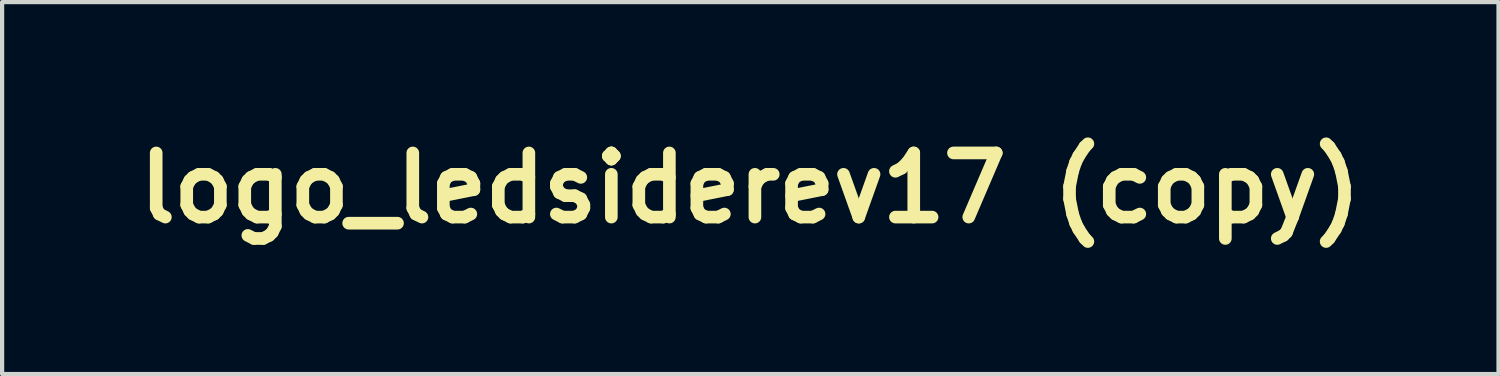
<source format=kicad_pcb>
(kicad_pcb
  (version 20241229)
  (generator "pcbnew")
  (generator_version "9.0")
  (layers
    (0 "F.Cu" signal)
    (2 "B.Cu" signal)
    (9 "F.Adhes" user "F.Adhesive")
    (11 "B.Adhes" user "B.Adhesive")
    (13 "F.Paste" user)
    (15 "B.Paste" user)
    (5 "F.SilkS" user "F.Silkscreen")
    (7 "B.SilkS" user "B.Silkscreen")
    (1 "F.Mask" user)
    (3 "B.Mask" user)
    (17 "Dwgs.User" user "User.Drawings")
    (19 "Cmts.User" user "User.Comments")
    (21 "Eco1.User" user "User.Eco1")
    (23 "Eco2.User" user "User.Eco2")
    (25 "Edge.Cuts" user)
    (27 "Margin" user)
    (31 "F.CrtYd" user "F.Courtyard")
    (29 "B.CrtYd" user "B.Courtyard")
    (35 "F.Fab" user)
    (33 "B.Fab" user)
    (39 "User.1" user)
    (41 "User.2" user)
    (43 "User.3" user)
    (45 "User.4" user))
  (footprint "logo_ledsiderev17 (copy)"
    (layer "F.Cu")
    (at 14.776 1.418)
    (property "Reference" "logo_ledsiderev17 (copy)" (at 0 0 0) (layer "F.SilkS") (effects (font (size 1.524 1.524) (thickness 0.3))))
    (attr through_hole)
    (fp_poly (pts (xy -3.45 -0.699) (xy -3.725 -0.699) (xy -3.725 -1.016) (xy -3.45 -1.016) (xy -3.45 -0.699)) (stroke (width 0.01) (type solid)) (fill yes) (layer "F.Mask"))
    (fp_poly (pts (xy -3.45 0.953) (xy -3.725 0.953) (xy -3.725 -0.466) (xy -3.45 -0.466) (xy -3.45 0.953)) (stroke (width 0.01) (type solid)) (fill yes) (layer "F.Mask"))
    (fp_poly (pts (xy 8.557 -0.864) (xy 8.686 -0.853) (xy 8.781 -0.833) (xy 8.849 -0.799) (xy 8.898 -0.749) (xy 8.924 -0.705) (xy 8.935 -0.681) (xy 8.943 -0.653) (xy 8.95 -0.616) (xy 8.955 -0.566) (xy 8.96 -0.498) (xy 8.963 -0.408) (xy 8.966 -0.291) (xy 8.968 -0.144) (xy 8.97 0.039) (xy 8.971 0.164) (xy 8.978 0.953) (xy 8.657 0.953) (xy 8.657 0.237) (xy 8.657 0.034) (xy 8.656 -0.13) (xy 8.654 -0.259) (xy 8.651 -0.358) (xy 8.647 -0.429) (xy 8.641 -0.478) (xy 8.634 -0.507) (xy 8.629 -0.518) (xy 8.589 -0.546) (xy 8.517 -0.563) (xy 8.48 -0.567) (xy 8.361 -0.577) (xy 8.361 -0.873) (xy 8.557 -0.864)) (stroke (width 0.01) (type solid)) (fill yes) (layer "F.Mask"))
    (fp_poly (pts (xy -10.601 -0.217) (xy -10.599 -0.026) (xy -10.596 0.128) (xy -10.593 0.249) (xy -10.587 0.342) (xy -10.579 0.412) (xy -10.568 0.463) (xy -10.552 0.5) (xy -10.531 0.528) (xy -10.505 0.551) (xy -10.472 0.575) (xy -10.448 0.592) (xy -10.421 0.604) (xy -10.387 0.613) (xy -10.339 0.62) (xy -10.271 0.624) (xy -10.177 0.627) (xy -10.051 0.63) (xy -9.954 0.631) (xy -9.504 0.638) (xy -9.504 0.953) (xy -9.911 0.95) (xy -10.046 0.948) (xy -10.172 0.945) (xy -10.282 0.941) (xy -10.366 0.936) (xy -10.416 0.931) (xy -10.511 0.906) (xy -10.613 0.864) (xy -10.702 0.814) (xy -10.739 0.786) (xy -10.771 0.748) (xy -10.81 0.688) (xy -10.834 0.646) (xy -10.89 0.54) (xy -10.897 -0.164) (xy -10.903 -0.868) (xy -10.608 -0.868) (xy -10.601 -0.217)) (stroke (width 0.01) (type solid)) (fill yes) (layer "F.Mask"))
    (fp_poly (pts (xy 9.996 -0.864) (xy 10.182 -0.862) (xy 10.33 -0.86) (xy 10.446 -0.857) (xy 10.534 -0.854) (xy 10.599 -0.85) (xy 10.646 -0.844) (xy 10.681 -0.836) (xy 10.707 -0.827) (xy 10.73 -0.815) (xy 10.731 -0.814) (xy 10.822 -0.741) (xy 10.878 -0.649) (xy 10.9 -0.533) (xy 10.901 -0.504) (xy 10.899 -0.451) (xy 10.892 -0.401) (xy 10.877 -0.349) (xy 10.853 -0.29) (xy 10.816 -0.222) (xy 10.765 -0.139) (xy 10.697 -0.038) (xy 10.61 0.085) (xy 10.502 0.234) (xy 10.386 0.392) (xy 9.979 0.942) (xy 9.782 0.948) (xy 9.584 0.954) (xy 9.627 0.895) (xy 9.649 0.865) (xy 9.694 0.804) (xy 9.757 0.719) (xy 9.836 0.612) (xy 9.927 0.489) (xy 10.027 0.354) (xy 10.116 0.233) (xy 10.235 0.072) (xy 10.331 -0.059) (xy 10.407 -0.164) (xy 10.464 -0.245) (xy 10.505 -0.308) (xy 10.532 -0.355) (xy 10.548 -0.39) (xy 10.556 -0.418) (xy 10.557 -0.44) (xy 10.557 -0.444) (xy 10.553 -0.48) (xy 10.542 -0.508) (xy 10.521 -0.529) (xy 10.486 -0.546) (xy 10.431 -0.557) (xy 10.352 -0.564) (xy 10.245 -0.569) (xy 10.105 -0.571) (xy 9.929 -0.571) (xy 9.89 -0.571) (xy 9.335 -0.572) (xy 9.335 -0.87) (xy 9.996 -0.864)) (stroke (width 0.01) (type solid)) (fill yes) (layer "F.Mask"))
    (fp_poly (pts (xy 7.278 -0.866) (xy 7.336 -0.861) (xy 7.365 -0.854) (xy 7.366 -0.852) (xy 7.358 -0.83) (xy 7.337 -0.773) (xy 7.303 -0.684) (xy 7.258 -0.569) (xy 7.204 -0.431) (xy 7.142 -0.274) (xy 7.075 -0.103) (xy 7.038 -0.01) (xy 6.953 0.204) (xy 6.882 0.381) (xy 6.822 0.526) (xy 6.772 0.642) (xy 6.73 0.733) (xy 6.693 0.803) (xy 6.661 0.854) (xy 6.631 0.891) (xy 6.601 0.917) (xy 6.57 0.936) (xy 6.536 0.95) (xy 6.534 0.951) (xy 6.446 0.97) (xy 6.339 0.972) (xy 6.231 0.959) (xy 6.145 0.933) (xy 6.067 0.882) (xy 6.022 0.825) (xy 6.006 0.79) (xy 5.978 0.721) (xy 5.939 0.621) (xy 5.89 0.496) (xy 5.834 0.351) (xy 5.772 0.189) (xy 5.707 0.017) (xy 5.694 -0.018) (xy 5.628 -0.191) (xy 5.567 -0.352) (xy 5.512 -0.498) (xy 5.465 -0.622) (xy 5.427 -0.722) (xy 5.401 -0.792) (xy 5.387 -0.829) (xy 5.386 -0.832) (xy 5.382 -0.85) (xy 5.393 -0.861) (xy 5.427 -0.865) (xy 5.492 -0.865) (xy 5.545 -0.863) (xy 5.719 -0.857) (xy 5.994 -0.127) (xy 6.057 0.04) (xy 6.116 0.195) (xy 6.17 0.333) (xy 6.216 0.451) (xy 6.252 0.542) (xy 6.278 0.603) (xy 6.291 0.629) (xy 6.291 0.629) (xy 6.335 0.654) (xy 6.389 0.649) (xy 6.436 0.618) (xy 6.442 0.609) (xy 6.457 0.578) (xy 6.485 0.513) (xy 6.524 0.419) (xy 6.573 0.299) (xy 6.63 0.159) (xy 6.692 0.003) (xy 6.754 -0.153) (xy 7.036 -0.868) (xy 7.201 -0.868) (xy 7.278 -0.866)) (stroke (width 0.01) (type solid)) (fill yes) (layer "F.Mask"))
    (fp_poly (pts (xy 5.038 -0.572) (xy 4.588 -0.571) (xy 4.404 -0.569) (xy 4.258 -0.566) (xy 4.145 -0.56) (xy 4.059 -0.551) (xy 3.996 -0.538) (xy 3.951 -0.521) (xy 3.918 -0.499) (xy 3.913 -0.493) (xy 3.874 -0.429) (xy 3.857 -0.344) (xy 3.865 -0.258) (xy 3.874 -0.231) (xy 3.893 -0.194) (xy 3.917 -0.166) (xy 3.952 -0.144) (xy 4.003 -0.128) (xy 4.075 -0.117) (xy 4.172 -0.111) (xy 4.3 -0.107) (xy 4.464 -0.106) (xy 4.54 -0.106) (xy 5.038 -0.106) (xy 5.038 0.169) (xy 4.564 0.169) (xy 4.391 0.17) (xy 4.255 0.171) (xy 4.15 0.174) (xy 4.072 0.18) (xy 4.014 0.189) (xy 3.972 0.201) (xy 3.94 0.218) (xy 3.912 0.239) (xy 3.906 0.245) (xy 3.87 0.29) (xy 3.854 0.345) (xy 3.852 0.392) (xy 3.854 0.459) (xy 3.864 0.513) (xy 3.884 0.554) (xy 3.921 0.585) (xy 3.977 0.607) (xy 4.057 0.621) (xy 4.167 0.63) (xy 4.309 0.634) (xy 4.488 0.635) (xy 4.529 0.635) (xy 5.038 0.635) (xy 5.038 0.953) (xy 4.535 0.95) (xy 4.387 0.949) (xy 4.249 0.946) (xy 4.127 0.942) (xy 4.028 0.938) (xy 3.961 0.933) (xy 3.94 0.93) (xy 3.793 0.886) (xy 3.68 0.817) (xy 3.597 0.721) (xy 3.544 0.596) (xy 3.533 0.547) (xy 3.523 0.405) (xy 3.552 0.276) (xy 3.621 0.163) (xy 3.673 0.11) (xy 3.769 0.025) (xy 3.696 -0.02) (xy 3.613 -0.095) (xy 3.56 -0.2) (xy 3.538 -0.334) (xy 3.538 -0.41) (xy 3.557 -0.545) (xy 3.6 -0.65) (xy 3.672 -0.732) (xy 3.778 -0.798) (xy 3.785 -0.801) (xy 3.822 -0.818) (xy 3.856 -0.831) (xy 3.893 -0.841) (xy 3.938 -0.848) (xy 3.997 -0.854) (xy 4.076 -0.857) (xy 4.182 -0.86) (xy 4.318 -0.862) (xy 4.471 -0.864) (xy 5.038 -0.87) (xy 5.038 -0.572)) (stroke (width 0.01) (type solid)) (fill yes) (layer "F.Mask"))
    (fp_poly (pts (xy -4.191 -0.212) (xy -4.616 -0.212) (xy -4.782 -0.211) (xy -4.911 -0.208) (xy -5.008 -0.2) (xy -5.076 -0.188) (xy -5.121 -0.168) (xy -5.147 -0.14) (xy -5.16 -0.101) (xy -5.164 -0.051) (xy -5.164 -0.039) (xy -5.147 0.045) (xy -5.094 0.109) (xy -5.073 0.111) (xy -5.017 0.114) (xy -4.932 0.117) (xy -4.827 0.122) (xy -4.752 0.125) (xy -4.595 0.133) (xy -4.474 0.144) (xy -4.381 0.162) (xy -4.312 0.187) (xy -4.259 0.222) (xy -4.215 0.268) (xy -4.195 0.296) (xy -4.169 0.339) (xy -4.155 0.383) (xy -4.15 0.441) (xy -4.152 0.525) (xy -4.152 0.54) (xy -4.165 0.664) (xy -4.195 0.756) (xy -4.248 0.827) (xy -4.328 0.885) (xy -4.346 0.895) (xy -4.377 0.91) (xy -4.409 0.921) (xy -4.449 0.93) (xy -4.502 0.936) (xy -4.575 0.941) (xy -4.674 0.944) (xy -4.804 0.947) (xy -4.927 0.949) (xy -5.419 0.956) (xy -5.419 0.677) (xy -4.963 0.677) (xy -4.813 0.677) (xy -4.699 0.677) (xy -4.616 0.675) (xy -4.558 0.671) (xy -4.519 0.665) (xy -4.492 0.656) (xy -4.473 0.643) (xy -4.455 0.626) (xy -4.455 0.625) (xy -4.411 0.558) (xy -4.409 0.486) (xy -4.444 0.419) (xy -4.462 0.399) (xy -4.482 0.384) (xy -4.512 0.374) (xy -4.56 0.367) (xy -4.631 0.362) (xy -4.733 0.358) (xy -4.815 0.355) (xy -4.944 0.35) (xy -5.04 0.344) (xy -5.109 0.337) (xy -5.162 0.326) (xy -5.206 0.311) (xy -5.245 0.293) (xy -5.325 0.24) (xy -5.38 0.171) (xy -5.392 0.148) (xy -5.431 0.035) (xy -5.439 -0.086) (xy -5.42 -0.203) (xy -5.375 -0.306) (xy -5.306 -0.387) (xy -5.271 -0.412) (xy -5.244 -0.426) (xy -5.213 -0.437) (xy -5.173 -0.445) (xy -5.117 -0.45) (xy -5.039 -0.455) (xy -4.934 -0.458) (xy -4.797 -0.46) (xy -4.694 -0.462) (xy -4.191 -0.468) (xy -4.191 -0.212)) (stroke (width 0.01) (type solid)) (fill yes) (layer "F.Mask"))
    (fp_poly (pts (xy 2.348 -0.867) (xy 2.503 -0.864) (xy 2.627 -0.859) (xy 2.725 -0.85) (xy 2.802 -0.837) (xy 2.863 -0.818) (xy 2.915 -0.793) (xy 2.962 -0.762) (xy 2.988 -0.741) (xy 3.073 -0.645) (xy 3.13 -0.526) (xy 3.158 -0.394) (xy 3.158 -0.257) (xy 3.131 -0.123) (xy 3.076 -0.002) (xy 2.994 0.099) (xy 2.959 0.128) (xy 2.901 0.167) (xy 2.85 0.195) (xy 2.834 0.202) (xy 2.801 0.22) (xy 2.794 0.232) (xy 2.804 0.255) (xy 2.832 0.308) (xy 2.875 0.385) (xy 2.928 0.478) (xy 2.963 0.538) (xy 3.024 0.642) (xy 3.079 0.738) (xy 3.125 0.818) (xy 3.156 0.873) (xy 3.165 0.89) (xy 3.197 0.953) (xy 2.862 0.953) (xy 2.652 0.598) (xy 2.442 0.243) (xy 2.203 0.237) (xy 2.075 0.237) (xy 1.986 0.242) (xy 1.939 0.253) (xy 1.934 0.256) (xy 1.923 0.275) (xy 1.914 0.314) (xy 1.909 0.379) (xy 1.906 0.474) (xy 1.905 0.605) (xy 1.905 0.616) (xy 1.905 0.953) (xy 1.609 0.953) (xy 1.609 0.52) (xy 1.609 0.374) (xy 1.61 0.264) (xy 1.612 0.184) (xy 1.616 0.128) (xy 1.623 0.09) (xy 1.633 0.064) (xy 1.647 0.043) (xy 1.657 0.031) (xy 1.687 0.002) (xy 1.727 -0.02) (xy 1.78 -0.036) (xy 1.854 -0.048) (xy 1.952 -0.056) (xy 2.081 -0.06) (xy 2.245 -0.062) (xy 2.299 -0.063) (xy 2.441 -0.063) (xy 2.547 -0.065) (xy 2.623 -0.068) (xy 2.676 -0.073) (xy 2.712 -0.081) (xy 2.738 -0.092) (xy 2.758 -0.106) (xy 2.816 -0.175) (xy 2.846 -0.261) (xy 2.849 -0.353) (xy 2.822 -0.437) (xy 2.786 -0.484) (xy 2.754 -0.51) (xy 2.715 -0.531) (xy 2.665 -0.546) (xy 2.598 -0.557) (xy 2.508 -0.565) (xy 2.391 -0.569) (xy 2.241 -0.571) (xy 2.101 -0.572) (xy 1.609 -0.572) (xy 1.609 -0.868) (xy 2.155 -0.868) (xy 2.348 -0.867)) (stroke (width 0.01) (type solid)) (fill yes) (layer "F.Mask"))
    (fp_poly (pts (xy -5.867 -0.259) (xy -5.869 -0.048) (xy -5.871 0.126) (xy -5.873 0.266) (xy -5.875 0.376) (xy -5.878 0.462) (xy -5.883 0.527) (xy -5.888 0.575) (xy -5.895 0.612) (xy -5.903 0.641) (xy -5.914 0.667) (xy -5.918 0.677) (xy -5.966 0.764) (xy -6.022 0.829) (xy -6.091 0.878) (xy -6.181 0.911) (xy -6.297 0.931) (xy -6.445 0.942) (xy -6.54 0.945) (xy -6.658 0.945) (xy -6.769 0.943) (xy -6.861 0.939) (xy -6.925 0.933) (xy -6.936 0.931) (xy -7.077 0.882) (xy -7.194 0.798) (xy -7.288 0.679) (xy -7.328 0.603) (xy -7.349 0.553) (xy -7.363 0.502) (xy -7.371 0.442) (xy -7.375 0.361) (xy -7.377 0.249) (xy -7.377 0.243) (xy -7.101 0.243) (xy -7.096 0.381) (xy -7.076 0.487) (xy -7.039 0.565) (xy -6.978 0.619) (xy -6.89 0.653) (xy -6.77 0.67) (xy -6.614 0.673) (xy -6.579 0.672) (xy -6.464 0.669) (xy -6.383 0.664) (xy -6.327 0.657) (xy -6.288 0.645) (xy -6.257 0.627) (xy -6.251 0.622) (xy -6.212 0.587) (xy -6.184 0.543) (xy -6.163 0.483) (xy -6.15 0.401) (xy -6.143 0.292) (xy -6.14 0.147) (xy -6.14 0.109) (xy -6.138 -0.215) (xy -6.518 -0.208) (xy -6.655 -0.205) (xy -6.757 -0.202) (xy -6.829 -0.197) (xy -6.88 -0.19) (xy -6.915 -0.18) (xy -6.942 -0.167) (xy -6.957 -0.157) (xy -7.019 -0.101) (xy -7.062 -0.038) (xy -7.087 0.042) (xy -7.099 0.148) (xy -7.101 0.243) (xy -7.377 0.243) (xy -7.377 0.233) (xy -7.376 0.12) (xy -7.373 0.039) (xy -7.366 -0.021) (xy -7.353 -0.07) (xy -7.333 -0.119) (xy -7.317 -0.153) (xy -7.272 -0.23) (xy -7.217 -0.301) (xy -7.181 -0.338) (xy -7.124 -0.38) (xy -7.067 -0.412) (xy -7.001 -0.435) (xy -6.919 -0.45) (xy -6.816 -0.46) (xy -6.684 -0.464) (xy -6.526 -0.466) (xy -6.138 -0.466) (xy -6.138 -1.101) (xy -5.861 -1.101) (xy -5.867 -0.259)) (stroke (width 0.01) (type solid)) (fill yes) (layer "F.Mask"))
    (fp_poly (pts (xy -1.507 -0.259) (xy -1.509 -0.048) (xy -1.51 0.126) (xy -1.512 0.266) (xy -1.515 0.376) (xy -1.518 0.462) (xy -1.522 0.527) (xy -1.528 0.575) (xy -1.534 0.612) (xy -1.543 0.641) (xy -1.553 0.667) (xy -1.558 0.677) (xy -1.606 0.764) (xy -1.661 0.829) (xy -1.731 0.878) (xy -1.82 0.911) (xy -1.937 0.931) (xy -2.085 0.942) (xy -2.18 0.945) (xy -2.298 0.945) (xy -2.409 0.943) (xy -2.501 0.939) (xy -2.564 0.933) (xy -2.575 0.931) (xy -2.716 0.882) (xy -2.833 0.798) (xy -2.928 0.679) (xy -2.968 0.603) (xy -2.989 0.553) (xy -3.003 0.502) (xy -3.011 0.442) (xy -3.015 0.361) (xy -3.016 0.249) (xy -3.016 0.243) (xy -2.741 0.243) (xy -2.736 0.381) (xy -2.716 0.487) (xy -2.678 0.565) (xy -2.617 0.619) (xy -2.529 0.653) (xy -2.41 0.67) (xy -2.254 0.673) (xy -2.219 0.672) (xy -2.104 0.669) (xy -2.023 0.664) (xy -1.967 0.657) (xy -1.928 0.645) (xy -1.897 0.627) (xy -1.891 0.622) (xy -1.852 0.587) (xy -1.823 0.543) (xy -1.803 0.483) (xy -1.79 0.401) (xy -1.782 0.292) (xy -1.779 0.147) (xy -1.779 0.109) (xy -1.778 -0.215) (xy -2.158 -0.208) (xy -2.295 -0.205) (xy -2.396 -0.202) (xy -2.469 -0.197) (xy -2.52 -0.19) (xy -2.555 -0.18) (xy -2.582 -0.167) (xy -2.597 -0.157) (xy -2.659 -0.101) (xy -2.701 -0.038) (xy -2.727 0.042) (xy -2.739 0.148) (xy -2.741 0.243) (xy -3.016 0.243) (xy -3.016 0.233) (xy -3.016 0.12) (xy -3.013 0.039) (xy -3.006 -0.021) (xy -2.993 -0.07) (xy -2.973 -0.119) (xy -2.957 -0.153) (xy -2.911 -0.23) (xy -2.857 -0.301) (xy -2.82 -0.338) (xy -2.764 -0.38) (xy -2.706 -0.412) (xy -2.64 -0.435) (xy -2.559 -0.45) (xy -2.456 -0.46) (xy -2.323 -0.464) (xy -2.166 -0.466) (xy -1.778 -0.466) (xy -1.778 -1.101) (xy -1.501 -1.101) (xy -1.507 -0.259)) (stroke (width 0.01) (type solid)) (fill yes) (layer "F.Mask"))
    (fp_poly (pts (xy -8.297 -0.465) (xy -8.173 -0.461) (xy -8.078 -0.453) (xy -8.007 -0.44) (xy -7.951 -0.421) (xy -7.905 -0.394) (xy -7.866 -0.362) (xy -7.8 -0.283) (xy -7.762 -0.185) (xy -7.748 -0.061) (xy -7.747 -0.038) (xy -7.764 0.098) (xy -7.812 0.208) (xy -7.892 0.29) (xy -7.916 0.306) (xy -7.945 0.32) (xy -7.977 0.332) (xy -8.021 0.34) (xy -8.081 0.347) (xy -8.165 0.351) (xy -8.278 0.356) (xy -8.426 0.359) (xy -8.445 0.36) (xy -8.901 0.37) (xy -8.899 0.474) (xy -8.893 0.545) (xy -8.874 0.591) (xy -8.84 0.628) (xy -8.82 0.643) (xy -8.799 0.656) (xy -8.771 0.664) (xy -8.731 0.67) (xy -8.672 0.674) (xy -8.589 0.676) (xy -8.476 0.677) (xy -8.327 0.677) (xy -8.296 0.677) (xy -7.811 0.677) (xy -7.811 0.953) (xy -8.281 0.95) (xy -8.423 0.949) (xy -8.555 0.946) (xy -8.669 0.943) (xy -8.758 0.939) (xy -8.815 0.934) (xy -8.826 0.933) (xy -8.929 0.9) (xy -9.019 0.85) (xy -9.064 0.811) (xy -9.098 0.768) (xy -9.124 0.72) (xy -9.142 0.66) (xy -9.154 0.583) (xy -9.161 0.48) (xy -9.165 0.347) (xy -9.165 0.226) (xy -9.165 0.088) (xy -9.164 0.052) (xy -8.911 0.052) (xy -8.911 0.148) (xy -8.513 0.148) (xy -8.373 0.148) (xy -8.269 0.147) (xy -8.195 0.144) (xy -8.144 0.139) (xy -8.11 0.131) (xy -8.087 0.12) (xy -8.068 0.105) (xy -8.032 0.045) (xy -8.022 -0.032) (xy -8.038 -0.109) (xy -8.063 -0.151) (xy -8.081 -0.171) (xy -8.103 -0.185) (xy -8.137 -0.195) (xy -8.191 -0.201) (xy -8.27 -0.205) (xy -8.384 -0.208) (xy -8.396 -0.208) (xy -8.529 -0.209) (xy -8.642 -0.206) (xy -8.727 -0.199) (xy -8.768 -0.191) (xy -8.844 -0.15) (xy -8.891 -0.078) (xy -8.911 0.025) (xy -8.911 0.052) (xy -9.164 0.052) (xy -9.163 -0.016) (xy -9.16 -0.092) (xy -9.154 -0.147) (xy -9.145 -0.188) (xy -9.132 -0.223) (xy -9.116 -0.256) (xy -9.067 -0.327) (xy -8.999 -0.382) (xy -8.955 -0.407) (xy -8.914 -0.428) (xy -8.877 -0.443) (xy -8.837 -0.453) (xy -8.787 -0.46) (xy -8.719 -0.464) (xy -8.625 -0.465) (xy -8.498 -0.466) (xy -8.457 -0.466) (xy -8.297 -0.465)) (stroke (width 0.01) (type solid)) (fill yes) (layer "F.Mask"))
    (fp_poly (pts (xy -0.169 -0.465) (xy -0.045 -0.461) (xy 0.05 -0.453) (xy 0.121 -0.44) (xy 0.177 -0.421) (xy 0.223 -0.394) (xy 0.262 -0.362) (xy 0.328 -0.283) (xy 0.366 -0.185) (xy 0.38 -0.061) (xy 0.381 -0.038) (xy 0.364 0.098) (xy 0.316 0.208) (xy 0.236 0.29) (xy 0.212 0.306) (xy 0.183 0.32) (xy 0.151 0.332) (xy 0.107 0.34) (xy 0.047 0.347) (xy -0.037 0.351) (xy -0.15 0.356) (xy -0.298 0.359) (xy -0.318 0.36) (xy -0.773 0.37) (xy -0.771 0.474) (xy -0.765 0.545) (xy -0.746 0.591) (xy -0.712 0.628) (xy -0.692 0.643) (xy -0.671 0.656) (xy -0.643 0.664) (xy -0.603 0.67) (xy -0.544 0.674) (xy -0.461 0.676) (xy -0.348 0.677) (xy -0.199 0.677) (xy -0.168 0.677) (xy 0.318 0.677) (xy 0.318 0.953) (xy -0.153 0.95) (xy -0.295 0.949) (xy -0.427 0.946) (xy -0.541 0.943) (xy -0.63 0.939) (xy -0.687 0.934) (xy -0.699 0.933) (xy -0.801 0.9) (xy -0.891 0.85) (xy -0.936 0.811) (xy -0.97 0.768) (xy -0.996 0.72) (xy -1.014 0.66) (xy -1.026 0.583) (xy -1.033 0.48) (xy -1.037 0.347) (xy -1.037 0.226) (xy -1.037 0.088) (xy -1.036 0.052) (xy -0.783 0.052) (xy -0.783 0.148) (xy -0.385 0.148) (xy -0.245 0.148) (xy -0.141 0.147) (xy -0.067 0.144) (xy -0.016 0.139) (xy 0.018 0.131) (xy 0.041 0.12) (xy 0.06 0.105) (xy 0.096 0.045) (xy 0.106 -0.032) (xy 0.09 -0.109) (xy 0.065 -0.151) (xy 0.047 -0.171) (xy 0.025 -0.185) (xy -0.009 -0.195) (xy -0.063 -0.201) (xy -0.142 -0.205) (xy -0.256 -0.208) (xy -0.268 -0.208) (xy -0.401 -0.209) (xy -0.514 -0.206) (xy -0.599 -0.199) (xy -0.64 -0.191) (xy -0.716 -0.15) (xy -0.763 -0.078) (xy -0.783 0.025) (xy -0.783 0.052) (xy -1.036 0.052) (xy -1.035 -0.016) (xy -1.032 -0.092) (xy -1.026 -0.147) (xy -1.017 -0.188) (xy -1.004 -0.223) (xy -0.988 -0.256) (xy -0.939 -0.327) (xy -0.871 -0.382) (xy -0.827 -0.407) (xy -0.786 -0.428) (xy -0.749 -0.443) (xy -0.709 -0.453) (xy -0.659 -0.46) (xy -0.591 -0.464) (xy -0.497 -0.465) (xy -0.37 -0.466) (xy -0.329 -0.466) (xy -0.169 -0.465)) (stroke (width 0.01) (type solid)) (fill yes) (layer "F.Mask")))
  (gr_rect
    (start -3 -3)
    (end 32.551 5.836)
    (stroke (width 0.1) (type default))
    (fill no)
    (layer "Edge.Cuts")))
</source>
